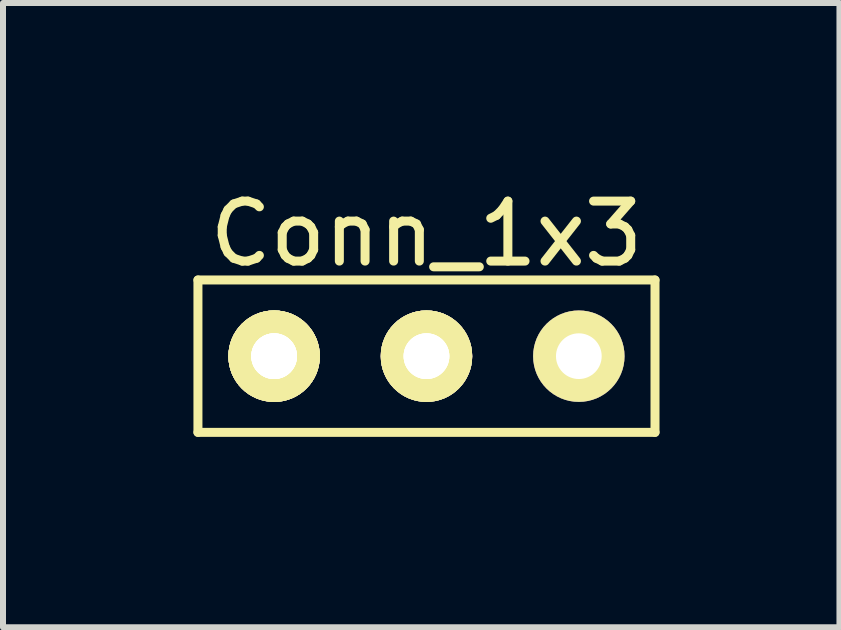
<source format=kicad_pcb>
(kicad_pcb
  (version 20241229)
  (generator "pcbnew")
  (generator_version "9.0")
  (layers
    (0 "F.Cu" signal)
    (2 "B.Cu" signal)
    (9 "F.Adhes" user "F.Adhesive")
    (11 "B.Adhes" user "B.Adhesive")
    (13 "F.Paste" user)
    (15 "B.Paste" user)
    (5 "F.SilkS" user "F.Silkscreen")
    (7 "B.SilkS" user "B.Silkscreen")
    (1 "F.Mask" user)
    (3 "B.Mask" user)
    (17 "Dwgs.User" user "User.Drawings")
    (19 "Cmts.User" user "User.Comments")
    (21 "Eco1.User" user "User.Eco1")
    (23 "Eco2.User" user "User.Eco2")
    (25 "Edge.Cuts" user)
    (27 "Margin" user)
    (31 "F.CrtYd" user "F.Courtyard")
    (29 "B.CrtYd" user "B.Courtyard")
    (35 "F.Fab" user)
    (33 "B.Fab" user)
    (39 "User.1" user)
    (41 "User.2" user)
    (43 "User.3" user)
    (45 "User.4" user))
  (footprint "Conn_1x3"
    (layer "F.Cu")
    (at 0.25 4.158)
    (property "Reference" "Conn_1x3" (at 3.81 -3.31 0) (layer "F.SilkS") (effects (font (size 1 1) (thickness 0.15))))
    (attr through_hole)
    (fp_line (start 0 -2.54) (end 7.62 -2.54) (stroke (width 0.15) (type solid)) (layer "F.SilkS"))
    (fp_line (start 0 0) (end 0 -2.54) (stroke (width 0.15) (type solid)) (layer "F.SilkS"))
    (fp_line (start 7.62 -2.54) (end 7.62 0) (stroke (width 0.15) (type solid)) (layer "F.SilkS"))
    (fp_line (start 7.62 0) (end 0 0) (stroke (width 0.15) (type solid)) (layer "F.SilkS"))
    (pad "1" thru_hole circle (at 1.27 -1.27) (size 1.524 1.524) (drill 0.762) (layers "*.Cu" "*.Mask" "F.SilkS"))
    (pad "1" thru_hole circle (at 1.27 -1.27) (size 1.524 1.524) (drill 0.762) (layers "*.Cu" "*.Mask" "F.SilkS"))
    (pad "2" thru_hole circle (at 3.81 -1.27) (size 1.524 1.524) (drill 0.762) (layers "*.Cu" "*.Mask" "F.SilkS"))
    (pad "2" thru_hole circle (at 3.81 -1.27) (size 1.524 1.524) (drill 0.762) (layers "*.Cu" "*.Mask" "F.SilkS"))
    (pad "3" thru_hole circle (at 6.35 -1.27) (size 1.524 1.524) (drill 0.762) (layers "*.Cu" "*.Mask" "F.SilkS"))
    (pad "4" thru_hole circle (at 1.27 -1.27) (size 1.524 1.524) (drill 0.762) (layers "*.Cu" "*.Mask" "F.SilkS"))
    (pad "5" thru_hole circle (at 3.81 -1.27) (size 1.524 1.524) (drill 0.762) (layers "*.Cu" "*.Mask" "F.SilkS"))
    (pad "6" thru_hole circle (at 1.27 -1.27) (size 1.524 1.524) (drill 0.762) (layers "*.Cu" "*.Mask" "F.SilkS")))
  (gr_rect
    (start -3 -3)
    (end 10.945 7.408)
    (stroke (width 0.1) (type default))
    (fill no)
    (layer "Edge.Cuts")))
</source>
